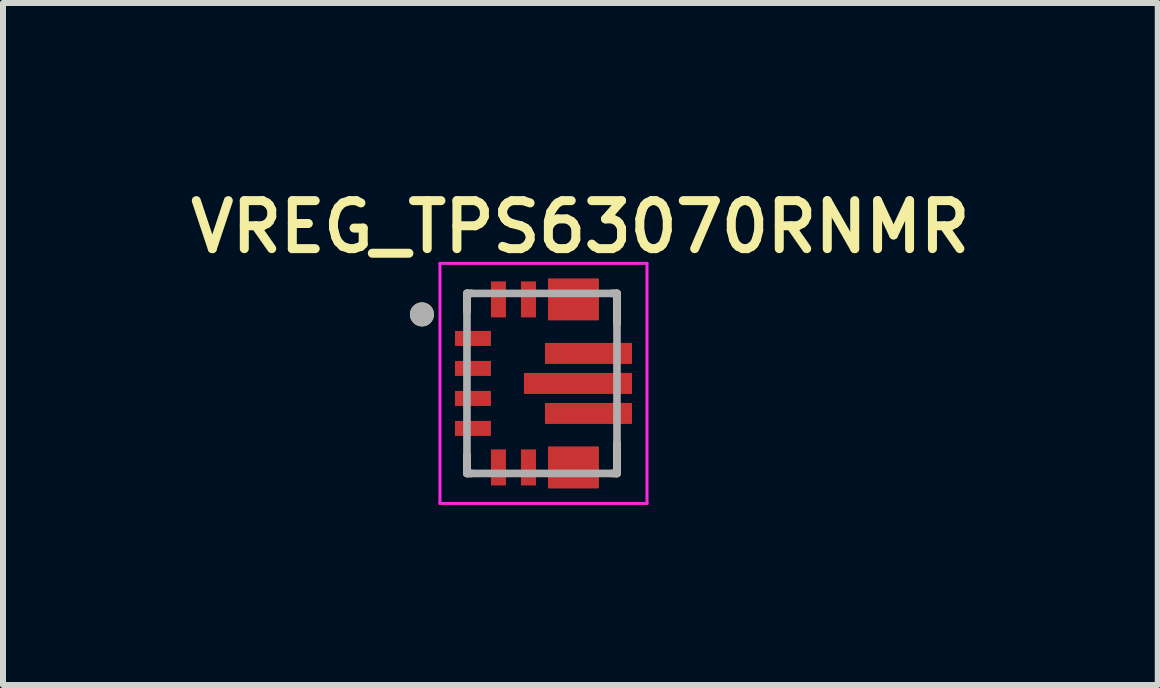
<source format=kicad_pcb>
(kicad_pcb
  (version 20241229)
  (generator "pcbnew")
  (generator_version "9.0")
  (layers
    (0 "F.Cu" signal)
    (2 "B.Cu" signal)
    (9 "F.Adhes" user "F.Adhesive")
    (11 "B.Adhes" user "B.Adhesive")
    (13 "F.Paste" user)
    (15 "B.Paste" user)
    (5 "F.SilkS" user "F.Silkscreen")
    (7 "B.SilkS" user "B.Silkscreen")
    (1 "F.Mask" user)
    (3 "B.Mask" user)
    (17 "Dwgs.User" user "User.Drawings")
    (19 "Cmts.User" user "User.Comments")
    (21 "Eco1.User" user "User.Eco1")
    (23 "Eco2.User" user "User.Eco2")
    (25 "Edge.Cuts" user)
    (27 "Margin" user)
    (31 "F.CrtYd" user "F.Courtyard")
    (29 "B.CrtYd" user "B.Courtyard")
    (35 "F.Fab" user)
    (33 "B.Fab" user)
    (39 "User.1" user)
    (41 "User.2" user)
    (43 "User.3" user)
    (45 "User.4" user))
  (footprint "VREG_TPS63070RNMR"
    (layer "F.Cu")
    (at 5.981 3.339)
    (property "Reference" "VREG_TPS63070RNMR" (at 0.64 -2.608 0) (layer "F.SilkS") (effects (font (size 0.8 0.8) (thickness 0.15))))
    (attr smd)
    (fp_poly (pts (xy -1.5 -0.925) (xy -0.8 -0.925) (xy -0.8 -0.575) (xy -1.5 -0.575)) (stroke (width 0.01) (type solid)) (fill yes) (layer "F.Mask"))
    (fp_poly (pts (xy -1.5 -0.425) (xy -0.8 -0.425) (xy -0.8 -0.075) (xy -1.5 -0.075)) (stroke (width 0.01) (type solid)) (fill yes) (layer "F.Mask"))
    (fp_poly (pts (xy -1.5 0.075) (xy -0.8 0.075) (xy -0.8 0.425) (xy -1.5 0.425)) (stroke (width 0.01) (type solid)) (fill yes) (layer "F.Mask"))
    (fp_poly (pts (xy -1.5 0.575) (xy -0.8 0.575) (xy -0.8 0.925) (xy -1.5 0.925)) (stroke (width 0.01) (type solid)) (fill yes) (layer "F.Mask"))
    (fp_poly (pts (xy -0.9 -1.75) (xy -0.55 -1.75) (xy -0.55 -1.05) (xy -0.9 -1.05)) (stroke (width 0.01) (type solid)) (fill yes) (layer "F.Mask"))
    (fp_poly (pts (xy -0.9 1.05) (xy -0.55 1.05) (xy -0.55 1.75) (xy -0.9 1.75)) (stroke (width 0.01) (type solid)) (fill yes) (layer "F.Mask"))
    (fp_poly (pts (xy -0.4 -1.75) (xy -0.05 -1.75) (xy -0.05 -1.05) (xy -0.4 -1.05)) (stroke (width 0.01) (type solid)) (fill yes) (layer "F.Mask"))
    (fp_poly (pts (xy -0.4 1.05) (xy -0.05 1.05) (xy -0.05 1.75) (xy -0.4 1.75)) (stroke (width 0.01) (type solid)) (fill yes) (layer "F.Mask"))
    (fp_poly (pts (xy -0.25 -0.125) (xy 1.45 -0.125) (xy 1.45 0.125) (xy -0.25 0.125)) (stroke (width 0.01) (type solid)) (fill yes) (layer "F.Mask"))
    (fp_poly (pts (xy 0.1 -0.625) (xy 1.45 -0.625) (xy 1.45 -0.375) (xy 0.1 -0.375)) (stroke (width 0.01) (type solid)) (fill yes) (layer "F.Mask"))
    (fp_poly (pts (xy 0.1 0.375) (xy 1.45 0.375) (xy 1.45 0.625) (xy 0.1 0.625)) (stroke (width 0.01) (type solid)) (fill yes) (layer "F.Mask"))
    (fp_poly (pts (xy 0.15 1.1) (xy 0.9 1.1) (xy 0.9 1.7) (xy 0.65 1.7) (xy 0.65 1.35) (xy 0.4 1.35) (xy 0.4 1.7) (xy 0.15 1.7)) (stroke (width 0.01) (type solid)) (fill yes) (layer "F.Mask"))
    (fp_poly (pts (xy 0.9 -1.1) (xy 0.15 -1.1) (xy 0.15 -1.7) (xy 0.4 -1.7) (xy 0.4 -1.35) (xy 0.65 -1.35) (xy 0.65 -1.7) (xy 0.9 -1.7)) (stroke (width 0.01) (type solid)) (fill yes) (layer "F.Mask"))
    (fp_line (start -1.25 -1.5) (end -1.25 -1.195) (stroke (width 0.127) (type solid)) (layer "F.SilkS"))
    (fp_line (start -1.25 1.5) (end -1.25 1.195) (stroke (width 0.127) (type solid)) (layer "F.SilkS"))
    (fp_line (start -1.17 -1.5) (end -1.25 -1.5) (stroke (width 0.127) (type solid)) (layer "F.SilkS"))
    (fp_line (start -1.17 1.5) (end -1.25 1.5) (stroke (width 0.127) (type solid)) (layer "F.SilkS"))
    (fp_line (start 1.17 -1.5) (end 1.25 -1.5) (stroke (width 0.127) (type solid)) (layer "F.SilkS"))
    (fp_line (start 1.25 -1.5) (end 1.25 -0.995) (stroke (width 0.127) (type solid)) (layer "F.SilkS"))
    (fp_line (start 1.25 0.995) (end 1.25 1.5) (stroke (width 0.127) (type solid)) (layer "F.SilkS"))
    (fp_line (start 1.25 1.5) (end 1.17 1.5) (stroke (width 0.127) (type solid)) (layer "F.SilkS"))
    (fp_circle (center -2 -1.15) (end -1.9 -1.15) (stroke (width 0.2) (type solid)) (fill no) (layer "F.SilkS"))
    (fp_poly (pts (xy -0.22 -0.125) (xy 0.5 -0.125) (xy 0.5 0.125) (xy -0.22 0.125)) (stroke (width 0.01) (type solid)) (fill yes) (layer "F.Paste"))
    (fp_poly (pts (xy 0.101 -0.625) (xy 0.675 -0.625) (xy 0.675 -0.375) (xy 0.101 -0.375)) (stroke (width 0.01) (type solid)) (fill yes) (layer "F.Paste"))
    (fp_poly (pts (xy 0.101 0.375) (xy 0.675 0.375) (xy 0.675 0.625) (xy 0.101 0.625)) (stroke (width 0.01) (type solid)) (fill yes) (layer "F.Paste"))
    (fp_poly (pts (xy 0.7 -0.125) (xy 1.42 -0.125) (xy 1.42 0.125) (xy 0.7 0.125)) (stroke (width 0.01) (type solid)) (fill yes) (layer "F.Paste"))
    (fp_poly (pts (xy 0.875 -0.625) (xy 1.45 -0.625) (xy 1.45 -0.375) (xy 0.875 -0.375)) (stroke (width 0.01) (type solid)) (fill yes) (layer "F.Paste"))
    (fp_poly (pts (xy 0.875 0.375) (xy 1.45 0.375) (xy 1.45 0.625) (xy 0.875 0.625)) (stroke (width 0.01) (type solid)) (fill yes) (layer "F.Paste"))
    (fp_poly (pts (xy 0.15 1.1) (xy 0.9 1.1) (xy 0.9 1.7) (xy 0.65 1.7) (xy 0.65 1.35) (xy 0.4 1.35) (xy 0.4 1.7) (xy 0.15 1.7)) (stroke (width 0.01) (type solid)) (fill yes) (layer "F.Paste"))
    (fp_poly (pts (xy 0.9 -1.1) (xy 0.15 -1.1) (xy 0.15 -1.7) (xy 0.4 -1.7) (xy 0.4 -1.35) (xy 0.65 -1.35) (xy 0.65 -1.7) (xy 0.9 -1.7)) (stroke (width 0.01) (type solid)) (fill yes) (layer "F.Paste"))
    (fp_line (start -1.7 -2) (end 1.75 -2) (stroke (width 0.05) (type solid)) (layer "F.CrtYd"))
    (fp_line (start -1.7 2) (end -1.7 -2) (stroke (width 0.05) (type solid)) (layer "F.CrtYd"))
    (fp_line (start 1.75 -2) (end 1.75 2) (stroke (width 0.05) (type solid)) (layer "F.CrtYd"))
    (fp_line (start 1.75 2) (end -1.7 2) (stroke (width 0.05) (type solid)) (layer "F.CrtYd"))
    (fp_line (start -1.25 -1.5) (end 1.25 -1.5) (stroke (width 0.127) (type solid)) (layer "F.Fab"))
    (fp_line (start -1.25 1.5) (end -1.25 -1.5) (stroke (width 0.127) (type solid)) (layer "F.Fab"))
    (fp_line (start 1.25 -1.5) (end 1.25 1.5) (stroke (width 0.127) (type solid)) (layer "F.Fab"))
    (fp_line (start 1.25 1.5) (end -1.25 1.5) (stroke (width 0.127) (type solid)) (layer "F.Fab"))
    (fp_circle (center -2 -1.15) (end -1.9 -1.15) (stroke (width 0.2) (type solid)) (fill no) (layer "F.Fab"))
    (pad "1" smd roundrect (at -1.15 -0.75) (size 0.6 0.25) (layers "F.Cu" "F.Paste") (roundrect_rratio 0.01))
    (pad "2" smd roundrect (at -1.15 -0.25) (size 0.6 0.25) (layers "F.Cu" "F.Paste") (roundrect_rratio 0.01))
    (pad "3" smd roundrect (at -1.15 0.25) (size 0.6 0.25) (layers "F.Cu" "F.Paste") (roundrect_rratio 0.01))
    (pad "4" smd roundrect (at -1.15 0.75) (size 0.6 0.25) (layers "F.Cu" "F.Paste") (roundrect_rratio 0.01))
    (pad "5" smd roundrect (at -0.725 1.4) (size 0.25 0.6) (layers "F.Cu" "F.Paste") (roundrect_rratio 0.01))
    (pad "6" smd roundrect (at -0.225 1.4) (size 0.25 0.6) (layers "F.Cu" "F.Paste") (roundrect_rratio 0.01))
    (pad "7_8" smd roundrect (at 0.525 1.4) (size 0.85 0.7) (layers "F.Cu") (roundrect_rratio 0.02))
    (pad "9" smd roundrect (at 0.775 0.5) (size 1.45 0.35) (layers "F.Cu") (roundrect_rratio 0.01))
    (pad "10" smd roundrect (at 0.6 0) (size 1.8 0.35) (layers "F.Cu") (roundrect_rratio 0.01))
    (pad "11" smd roundrect (at 0.775 -0.5) (size 1.45 0.35) (layers "F.Cu") (roundrect_rratio 0.01))
    (pad "12_13" smd roundrect (at 0.525 -1.4) (size 0.85 0.7) (layers "F.Cu") (roundrect_rratio 0.02))
    (pad "14" smd roundrect (at -0.225 -1.4) (size 0.25 0.6) (layers "F.Cu" "F.Paste") (roundrect_rratio 0.01))
    (pad "15" smd roundrect (at -0.725 -1.4) (size 0.25 0.6) (layers "F.Cu" "F.Paste") (roundrect_rratio 0.01)))
  (gr_rect
    (start -3 -3)
    (end 16.242 8.364)
    (stroke (width 0.1) (type default))
    (fill no)
    (layer "Edge.Cuts")))
</source>
